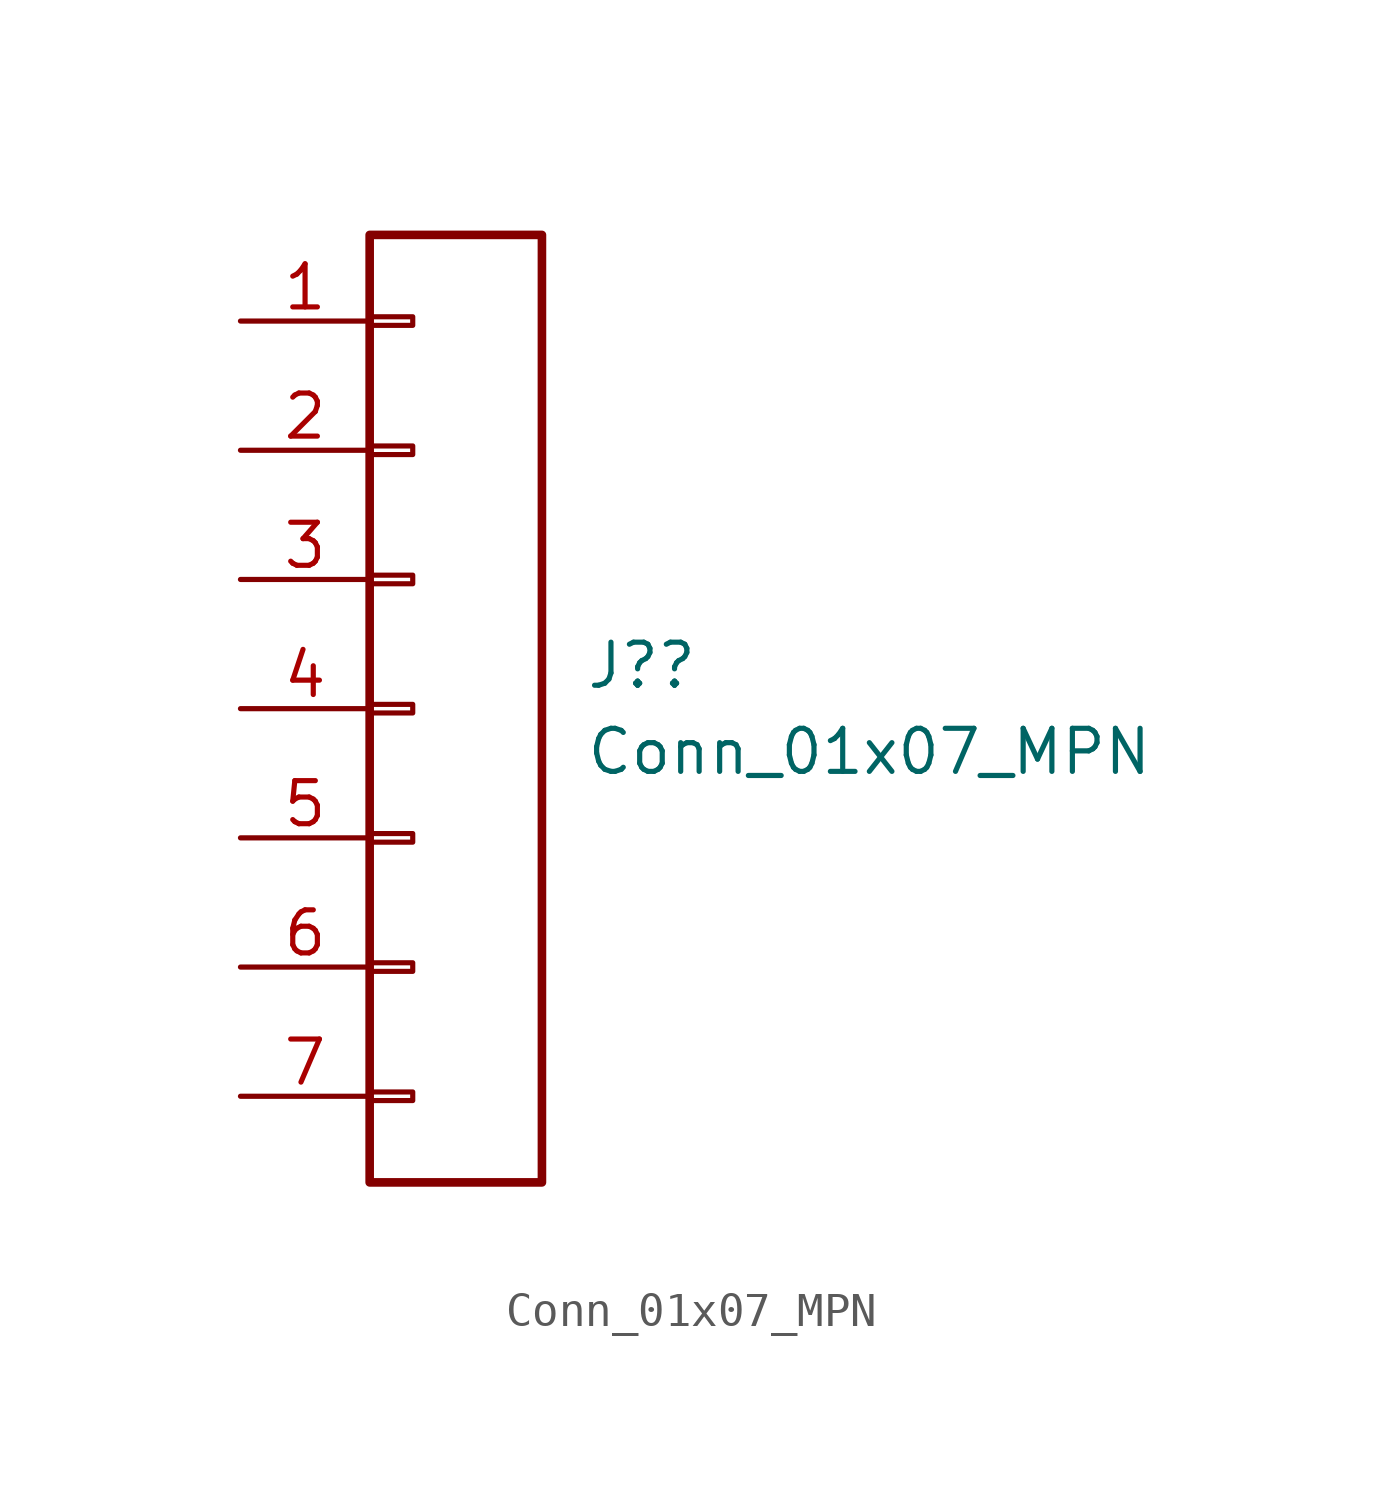
<source format=kicad_sym>
(kicad_symbol_lib
  (version 20231120)
  (generator "kicad_symbol_editor")
  (generator_version "8.0")
  (symbol "Conn_01x07_MPN"
    (pin_names
      (offset 1.016) hide)
    (property "Reference" "J?"
      (at 3.81 1.27 0)
      (effects (font (size 1.27 1.27)) (justify left)))
    (property "Value" "Conn_01x07_MPN"
      (at 3.81 -1.27 0)
      (effects (font (size 1.27 1.27)) (justify left)))
    (symbol "Conn_01x07_MPN_1_1"
      (rectangle (start -2.54 -11.303) (end -1.27 -11.557) (stroke (width 0.152) (type default)) (fill (type none)))
      (rectangle (start -2.54 -7.493) (end -1.27 -7.747) (stroke (width 0.152) (type default)) (fill (type none)))
      (rectangle (start -2.54 -3.683) (end -1.27 -3.937) (stroke (width 0.152) (type default)) (fill (type none)))
      (rectangle (start -2.54 0.127) (end -1.27 -0.127) (stroke (width 0.152) (type default)) (fill (type none)))
      (rectangle (start -2.54 3.937) (end -1.27 3.683) (stroke (width 0.152) (type default)) (fill (type none)))
      (rectangle (start -2.54 7.747) (end -1.27 7.493) (stroke (width 0.152) (type default)) (fill (type none)))
      (rectangle (start -2.54 11.557) (end -1.27 11.303) (stroke (width 0.152) (type default)) (fill (type none)))
      (rectangle (start -2.54 13.97) (end 2.54 -13.97) (stroke (width 0.254) (type default)) (fill (type none)))
      (pin passive line (at -6.35 11.43 0) (length 3.81) (name "Pin_1" (effects (font (size 1.27 1.27)))) (number "1" (effects (font (size 1.27 1.27)))))
      (pin passive line (at -6.35 7.62 0) (length 3.81) (name "Pin_2" (effects (font (size 1.27 1.27)))) (number "2" (effects (font (size 1.27 1.27)))))
      (pin passive line (at -6.35 3.81 0) (length 3.81) (name "Pin_3" (effects (font (size 1.27 1.27)))) (number "3" (effects (font (size 1.27 1.27)))))
      (pin passive line (at -6.35 0 0) (length 3.81) (name "Pin_4" (effects (font (size 1.27 1.27)))) (number "4" (effects (font (size 1.27 1.27)))))
      (pin passive line (at -6.35 -3.81 0) (length 3.81) (name "Pin_5" (effects (font (size 1.27 1.27)))) (number "5" (effects (font (size 1.27 1.27)))))
      (pin passive line (at -6.35 -7.62 0) (length 3.81) (name "Pin_6" (effects (font (size 1.27 1.27)))) (number "6" (effects (font (size 1.27 1.27)))))
      (pin passive line (at -6.35 -11.43 0) (length 3.81) (name "Pin_7" (effects (font (size 1.27 1.27)))) (number "7" (effects (font (size 1.27 1.27))))))))
</source>
